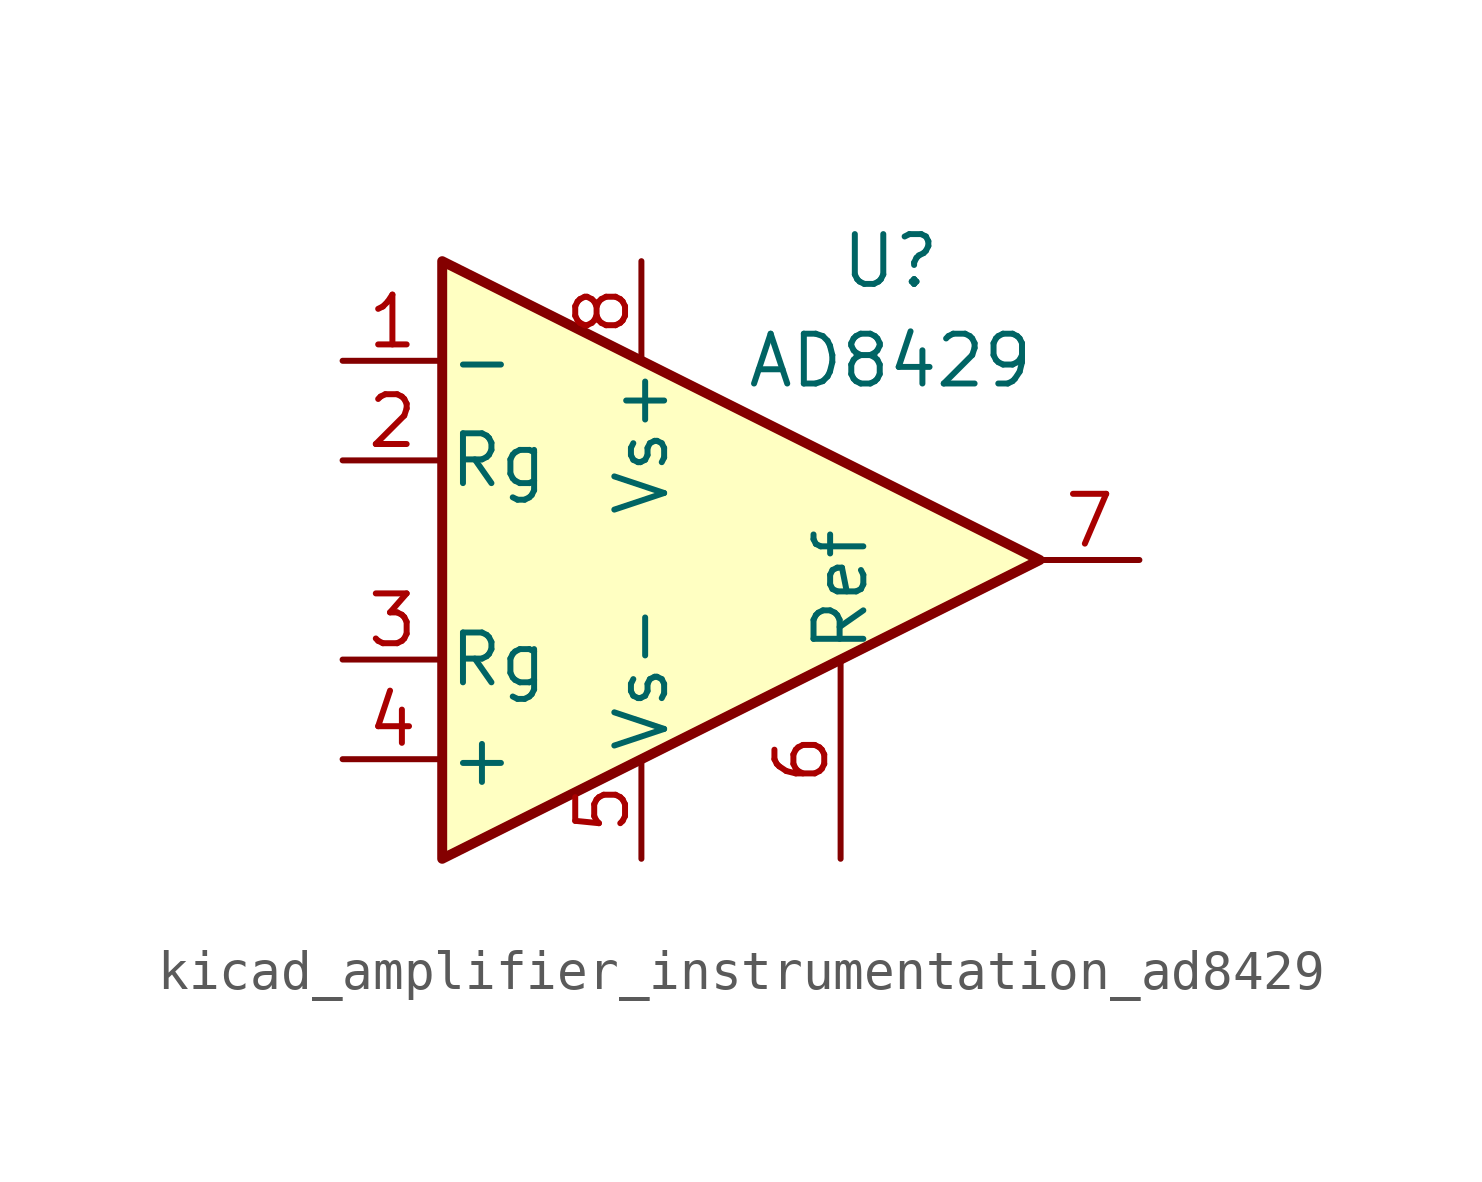
<source format=kicad_sym>
(kicad_symbol_lib
  (version 20220914)
  (generator kicad_symbol_editor)
  (symbol "kicad_amplifier_instrumentation_ad8429"
    (pin_names
      (offset 0.127))
    (property "Reference" "U"
      (at 3.81 7.62 0)
      (effects (font (size 1.27 1.27))))
    (property "Value" "AD8429"
      (at 3.81 5.08 0)
      (effects (font (size 1.27 1.27))))
    (symbol "kicad_amplifier_instrumentation_ad8429_0_1"
      (polyline (pts (xy -7.62 7.62) (xy -7.62 -7.62) (xy 7.62 0) (xy -7.62 7.62)) (stroke (width 0.254) (type default)) (fill (type background))))
    (symbol "kicad_amplifier_instrumentation_ad8429_1_1"
      (pin input line (at -10.16 5.08 0) (length 2.54) (name "-" (effects (font (size 1.27 1.27)))) (number "1" (effects (font (size 1.27 1.27)))))
      (pin passive line (at -10.16 2.54 0) (length 2.54) (name "Rg" (effects (font (size 1.27 1.27)))) (number "2" (effects (font (size 1.27 1.27)))))
      (pin passive line (at -10.16 -2.54 0) (length 2.54) (name "Rg" (effects (font (size 1.27 1.27)))) (number "3" (effects (font (size 1.27 1.27)))))
      (pin input line (at -10.16 -5.08 0) (length 2.54) (name "+" (effects (font (size 1.27 1.27)))) (number "4" (effects (font (size 1.27 1.27)))))
      (pin power_in line (at -2.54 -7.62 90) (length 2.54) (name "Vs-" (effects (font (size 1.27 1.27)))) (number "5" (effects (font (size 1.27 1.27)))))
      (pin passive line (at 2.54 -7.62 90) (length 5.08) (name "Ref" (effects (font (size 1.27 1.27)))) (number "6" (effects (font (size 1.27 1.27)))))
      (pin output line (at 10.16 0 180) (length 2.54) (name "~" (effects (font (size 1.27 1.27)))) (number "7" (effects (font (size 1.27 1.27)))))
      (pin power_in line (at -2.54 7.62 270) (length 2.54) (name "Vs+" (effects (font (size 1.27 1.27)))) (number "8" (effects (font (size 1.27 1.27))))))))
</source>
